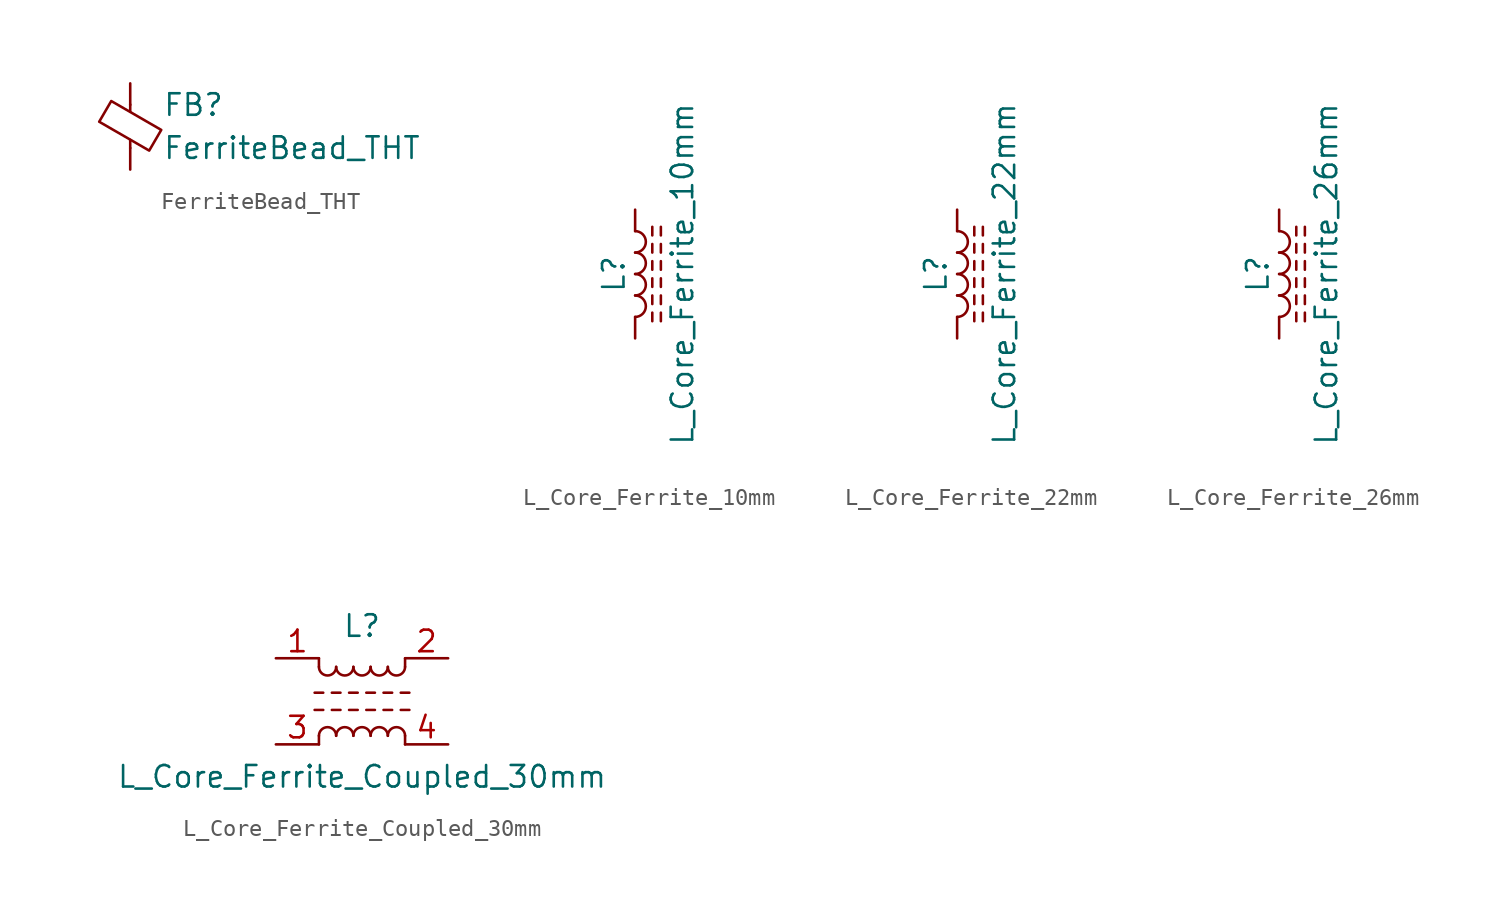
<source format=kicad_sym>
(kicad_symbol_lib
  (version 20220914)
  (generator kicad_symbol_editor)
  (symbol "FerriteBead_THT"
    (pin_numbers hide)
    (pin_names
      (offset 0))
    (property "Reference" "FB"
      (at 1.905 1.27 0)
      (effects (font (size 1.27 1.27)) (justify left)))
    (property "Value" "FerriteBead_THT"
      (at 1.905 -1.27 0)
      (effects (font (size 1.27 1.27)) (justify left)))
    (symbol "FerriteBead_THT_0_1"
      (polyline (pts (xy 0 -1.27) (xy 0 -0.787)) (stroke (width 0) (type default)) (fill (type none)))
      (polyline (pts (xy 0 0.889) (xy 0 1.295)) (stroke (width 0) (type default)) (fill (type none)))
      (polyline (pts (xy -1.829 0.279) (xy -1.118 1.499) (xy 1.829 -0.203) (xy 1.118 -1.422) (xy -1.829 0.279)) (stroke (width 0) (type default)) (fill (type none))))
    (symbol "FerriteBead_THT_1_1"
      (pin passive line (at 0 2.54 270) (length 1.27) (name "~" (effects (font (size 1.27 1.27)))) (number "1" (effects (font (size 1.27 1.27)))))
      (pin passive line (at 0 -2.54 90) (length 1.27) (name "~" (effects (font (size 1.27 1.27)))) (number "2" (effects (font (size 1.27 1.27)))))))
  (symbol "L_Core_Ferrite_10mm"
    (pin_numbers hide)
    (pin_names
      (offset 1.016) hide)
    (property "Reference" "L"
      (at -1.27 0 90)
      (effects (font (size 1.27 1.27))))
    (property "Value" "L_Core_Ferrite_10mm"
      (at 2.794 0 90)
      (effects (font (size 1.27 1.27))))
    (symbol "L_Core_Ferrite_10mm_0_1"
      (arc (start 0 -2.54) (mid 0.6323 -1.905) (end 0 -1.27) (stroke (width 0) (type default)) (fill (type none)))
      (arc (start 0 -1.27) (mid 0.6323 -0.635) (end 0 0) (stroke (width 0) (type default)) (fill (type none)))
      (polyline (pts (xy 1.016 -2.794) (xy 1.016 -2.286)) (stroke (width 0) (type default)) (fill (type none)))
      (polyline (pts (xy 1.016 -1.778) (xy 1.016 -1.27)) (stroke (width 0) (type default)) (fill (type none)))
      (polyline (pts (xy 1.016 -0.762) (xy 1.016 -0.254)) (stroke (width 0) (type default)) (fill (type none)))
      (polyline (pts (xy 1.016 0.254) (xy 1.016 0.762)) (stroke (width 0) (type default)) (fill (type none)))
      (polyline (pts (xy 1.016 1.27) (xy 1.016 1.778)) (stroke (width 0) (type default)) (fill (type none)))
      (polyline (pts (xy 1.016 2.286) (xy 1.016 2.794)) (stroke (width 0) (type default)) (fill (type none)))
      (polyline (pts (xy 1.524 -2.286) (xy 1.524 -2.794)) (stroke (width 0) (type default)) (fill (type none)))
      (polyline (pts (xy 1.524 -1.27) (xy 1.524 -1.778)) (stroke (width 0) (type default)) (fill (type none)))
      (polyline (pts (xy 1.524 -0.254) (xy 1.524 -0.762)) (stroke (width 0) (type default)) (fill (type none)))
      (polyline (pts (xy 1.524 0.762) (xy 1.524 0.254)) (stroke (width 0) (type default)) (fill (type none)))
      (polyline (pts (xy 1.524 1.778) (xy 1.524 1.27)) (stroke (width 0) (type default)) (fill (type none)))
      (polyline (pts (xy 1.524 2.794) (xy 1.524 2.286)) (stroke (width 0) (type default)) (fill (type none)))
      (arc (start 0 0) (mid 0.6323 0.635) (end 0 1.27) (stroke (width 0) (type default)) (fill (type none)))
      (arc (start 0 1.27) (mid 0.6323 1.905) (end 0 2.54) (stroke (width 0) (type default)) (fill (type none))))
    (symbol "L_Core_Ferrite_10mm_1_1"
      (pin passive line (at 0 3.81 270) (length 1.27) (name "1" (effects (font (size 1.27 1.27)))) (number "1" (effects (font (size 1.27 1.27)))))
      (pin passive line (at 0 -3.81 90) (length 1.27) (name "2" (effects (font (size 1.27 1.27)))) (number "2" (effects (font (size 1.27 1.27)))))))
  (symbol "L_Core_Ferrite_22mm"
    (pin_numbers hide)
    (pin_names
      (offset 1.016) hide)
    (property "Reference" "L"
      (at -1.27 0 90)
      (effects (font (size 1.27 1.27))))
    (property "Value" "L_Core_Ferrite_22mm"
      (at 2.794 0 90)
      (effects (font (size 1.27 1.27))))
    (symbol "L_Core_Ferrite_22mm_0_1"
      (arc (start 0 -2.54) (mid 0.6323 -1.905) (end 0 -1.27) (stroke (width 0) (type default)) (fill (type none)))
      (arc (start 0 -1.27) (mid 0.6323 -0.635) (end 0 0) (stroke (width 0) (type default)) (fill (type none)))
      (polyline (pts (xy 1.016 -2.794) (xy 1.016 -2.286)) (stroke (width 0) (type default)) (fill (type none)))
      (polyline (pts (xy 1.016 -1.778) (xy 1.016 -1.27)) (stroke (width 0) (type default)) (fill (type none)))
      (polyline (pts (xy 1.016 -0.762) (xy 1.016 -0.254)) (stroke (width 0) (type default)) (fill (type none)))
      (polyline (pts (xy 1.016 0.254) (xy 1.016 0.762)) (stroke (width 0) (type default)) (fill (type none)))
      (polyline (pts (xy 1.016 1.27) (xy 1.016 1.778)) (stroke (width 0) (type default)) (fill (type none)))
      (polyline (pts (xy 1.016 2.286) (xy 1.016 2.794)) (stroke (width 0) (type default)) (fill (type none)))
      (polyline (pts (xy 1.524 -2.286) (xy 1.524 -2.794)) (stroke (width 0) (type default)) (fill (type none)))
      (polyline (pts (xy 1.524 -1.27) (xy 1.524 -1.778)) (stroke (width 0) (type default)) (fill (type none)))
      (polyline (pts (xy 1.524 -0.254) (xy 1.524 -0.762)) (stroke (width 0) (type default)) (fill (type none)))
      (polyline (pts (xy 1.524 0.762) (xy 1.524 0.254)) (stroke (width 0) (type default)) (fill (type none)))
      (polyline (pts (xy 1.524 1.778) (xy 1.524 1.27)) (stroke (width 0) (type default)) (fill (type none)))
      (polyline (pts (xy 1.524 2.794) (xy 1.524 2.286)) (stroke (width 0) (type default)) (fill (type none)))
      (arc (start 0 0) (mid 0.6323 0.635) (end 0 1.27) (stroke (width 0) (type default)) (fill (type none)))
      (arc (start 0 1.27) (mid 0.6323 1.905) (end 0 2.54) (stroke (width 0) (type default)) (fill (type none))))
    (symbol "L_Core_Ferrite_22mm_1_1"
      (pin passive line (at 0 3.81 270) (length 1.27) (name "1" (effects (font (size 1.27 1.27)))) (number "1" (effects (font (size 1.27 1.27)))))
      (pin passive line (at 0 -3.81 90) (length 1.27) (name "2" (effects (font (size 1.27 1.27)))) (number "2" (effects (font (size 1.27 1.27)))))))
  (symbol "L_Core_Ferrite_26mm"
    (pin_numbers hide)
    (pin_names
      (offset 1.016) hide)
    (property "Reference" "L"
      (at -1.27 0 90)
      (effects (font (size 1.27 1.27))))
    (property "Value" "L_Core_Ferrite_26mm"
      (at 2.794 0 90)
      (effects (font (size 1.27 1.27))))
    (symbol "L_Core_Ferrite_26mm_0_1"
      (arc (start 0 -2.54) (mid 0.6323 -1.905) (end 0 -1.27) (stroke (width 0) (type default)) (fill (type none)))
      (arc (start 0 -1.27) (mid 0.6323 -0.635) (end 0 0) (stroke (width 0) (type default)) (fill (type none)))
      (polyline (pts (xy 1.016 -2.794) (xy 1.016 -2.286)) (stroke (width 0) (type default)) (fill (type none)))
      (polyline (pts (xy 1.016 -1.778) (xy 1.016 -1.27)) (stroke (width 0) (type default)) (fill (type none)))
      (polyline (pts (xy 1.016 -0.762) (xy 1.016 -0.254)) (stroke (width 0) (type default)) (fill (type none)))
      (polyline (pts (xy 1.016 0.254) (xy 1.016 0.762)) (stroke (width 0) (type default)) (fill (type none)))
      (polyline (pts (xy 1.016 1.27) (xy 1.016 1.778)) (stroke (width 0) (type default)) (fill (type none)))
      (polyline (pts (xy 1.016 2.286) (xy 1.016 2.794)) (stroke (width 0) (type default)) (fill (type none)))
      (polyline (pts (xy 1.524 -2.286) (xy 1.524 -2.794)) (stroke (width 0) (type default)) (fill (type none)))
      (polyline (pts (xy 1.524 -1.27) (xy 1.524 -1.778)) (stroke (width 0) (type default)) (fill (type none)))
      (polyline (pts (xy 1.524 -0.254) (xy 1.524 -0.762)) (stroke (width 0) (type default)) (fill (type none)))
      (polyline (pts (xy 1.524 0.762) (xy 1.524 0.254)) (stroke (width 0) (type default)) (fill (type none)))
      (polyline (pts (xy 1.524 1.778) (xy 1.524 1.27)) (stroke (width 0) (type default)) (fill (type none)))
      (polyline (pts (xy 1.524 2.794) (xy 1.524 2.286)) (stroke (width 0) (type default)) (fill (type none)))
      (arc (start 0 0) (mid 0.6323 0.635) (end 0 1.27) (stroke (width 0) (type default)) (fill (type none)))
      (arc (start 0 1.27) (mid 0.6323 1.905) (end 0 2.54) (stroke (width 0) (type default)) (fill (type none))))
    (symbol "L_Core_Ferrite_26mm_1_1"
      (pin passive line (at 0 3.81 270) (length 1.27) (name "1" (effects (font (size 1.27 1.27)))) (number "1" (effects (font (size 1.27 1.27)))))
      (pin passive line (at 0 -3.81 90) (length 1.27) (name "2" (effects (font (size 1.27 1.27)))) (number "2" (effects (font (size 1.27 1.27)))))))
  (symbol "L_Core_Ferrite_Coupled_30mm"
    (pin_names
      (offset 0.254) hide)
    (property "Reference" "L"
      (at 0 4.445 0)
      (effects (font (size 1.27 1.27))))
    (property "Value" "L_Core_Ferrite_Coupled_30mm"
      (at 0 -4.445 0)
      (effects (font (size 1.27 1.27))))
    (symbol "L_Core_Ferrite_Coupled_30mm_0_1"
      (arc (start -2.54 2.032) (mid -2.032 1.5262) (end -1.524 2.032) (stroke (width 0) (type default)) (fill (type none)))
      (arc (start -1.524 -2.032) (mid -2.032 -1.5262) (end -2.54 -2.032) (stroke (width 0) (type default)) (fill (type none)))
      (arc (start -1.524 2.032) (mid -1.016 1.5262) (end -0.508 2.032) (stroke (width 0) (type default)) (fill (type none)))
      (arc (start -0.508 -2.032) (mid -1.016 -1.5262) (end -1.524 -2.032) (stroke (width 0) (type default)) (fill (type none)))
      (arc (start -0.508 2.032) (mid 0 1.5262) (end 0.508 2.032) (stroke (width 0) (type default)) (fill (type none)))
      (polyline (pts (xy -2.794 -0.508) (xy -2.286 -0.508)) (stroke (width 0) (type default)) (fill (type none)))
      (polyline (pts (xy -2.794 0.508) (xy -2.286 0.508)) (stroke (width 0) (type default)) (fill (type none)))
      (polyline (pts (xy -2.54 -2.032) (xy -2.54 -2.54)) (stroke (width 0) (type default)) (fill (type none)))
      (polyline (pts (xy -2.54 2.032) (xy -2.54 2.54)) (stroke (width 0) (type default)) (fill (type none)))
      (polyline (pts (xy -1.778 -0.508) (xy -1.27 -0.508)) (stroke (width 0) (type default)) (fill (type none)))
      (polyline (pts (xy -1.778 0.508) (xy -1.27 0.508)) (stroke (width 0) (type default)) (fill (type none)))
      (polyline (pts (xy -0.762 -0.508) (xy -0.254 -0.508)) (stroke (width 0) (type default)) (fill (type none)))
      (polyline (pts (xy -0.762 0.508) (xy -0.254 0.508)) (stroke (width 0) (type default)) (fill (type none)))
      (polyline (pts (xy 0.254 -0.508) (xy 0.762 -0.508)) (stroke (width 0) (type default)) (fill (type none)))
      (polyline (pts (xy 0.254 0.508) (xy 0.762 0.508)) (stroke (width 0) (type default)) (fill (type none)))
      (polyline (pts (xy 1.27 -0.508) (xy 1.778 -0.508)) (stroke (width 0) (type default)) (fill (type none)))
      (polyline (pts (xy 1.27 0.508) (xy 1.778 0.508)) (stroke (width 0) (type default)) (fill (type none)))
      (polyline (pts (xy 2.286 -0.508) (xy 2.794 -0.508)) (stroke (width 0) (type default)) (fill (type none)))
      (polyline (pts (xy 2.286 0.508) (xy 2.794 0.508)) (stroke (width 0) (type default)) (fill (type none)))
      (polyline (pts (xy 2.54 -2.032) (xy 2.54 -2.54)) (stroke (width 0) (type default)) (fill (type none)))
      (polyline (pts (xy 2.54 2.54) (xy 2.54 2.032)) (stroke (width 0) (type default)) (fill (type none)))
      (arc (start 0.508 -2.032) (mid 0 -1.5262) (end -0.508 -2.032) (stroke (width 0) (type default)) (fill (type none)))
      (arc (start 0.508 2.032) (mid 1.016 1.5262) (end 1.524 2.032) (stroke (width 0) (type default)) (fill (type none)))
      (arc (start 1.524 -2.032) (mid 1.016 -1.5262) (end 0.508 -2.032) (stroke (width 0) (type default)) (fill (type none)))
      (arc (start 1.524 2.032) (mid 2.032 1.5262) (end 2.54 2.032) (stroke (width 0) (type default)) (fill (type none)))
      (arc (start 2.54 -2.032) (mid 2.032 -1.5262) (end 1.524 -2.032) (stroke (width 0) (type default)) (fill (type none))))
    (symbol "L_Core_Ferrite_Coupled_30mm_1_1"
      (pin passive line (at -5.08 2.54 0) (length 2.54) (name "1" (effects (font (size 1.27 1.27)))) (number "1" (effects (font (size 1.27 1.27)))))
      (pin passive line (at 5.08 2.54 180) (length 2.54) (name "2" (effects (font (size 1.27 1.27)))) (number "2" (effects (font (size 1.27 1.27)))))
      (pin passive line (at -5.08 -2.54 0) (length 2.54) (name "3" (effects (font (size 1.27 1.27)))) (number "3" (effects (font (size 1.27 1.27)))))
      (pin passive line (at 5.08 -2.54 180) (length 2.54) (name "4" (effects (font (size 1.27 1.27)))) (number "4" (effects (font (size 1.27 1.27))))))))
</source>
